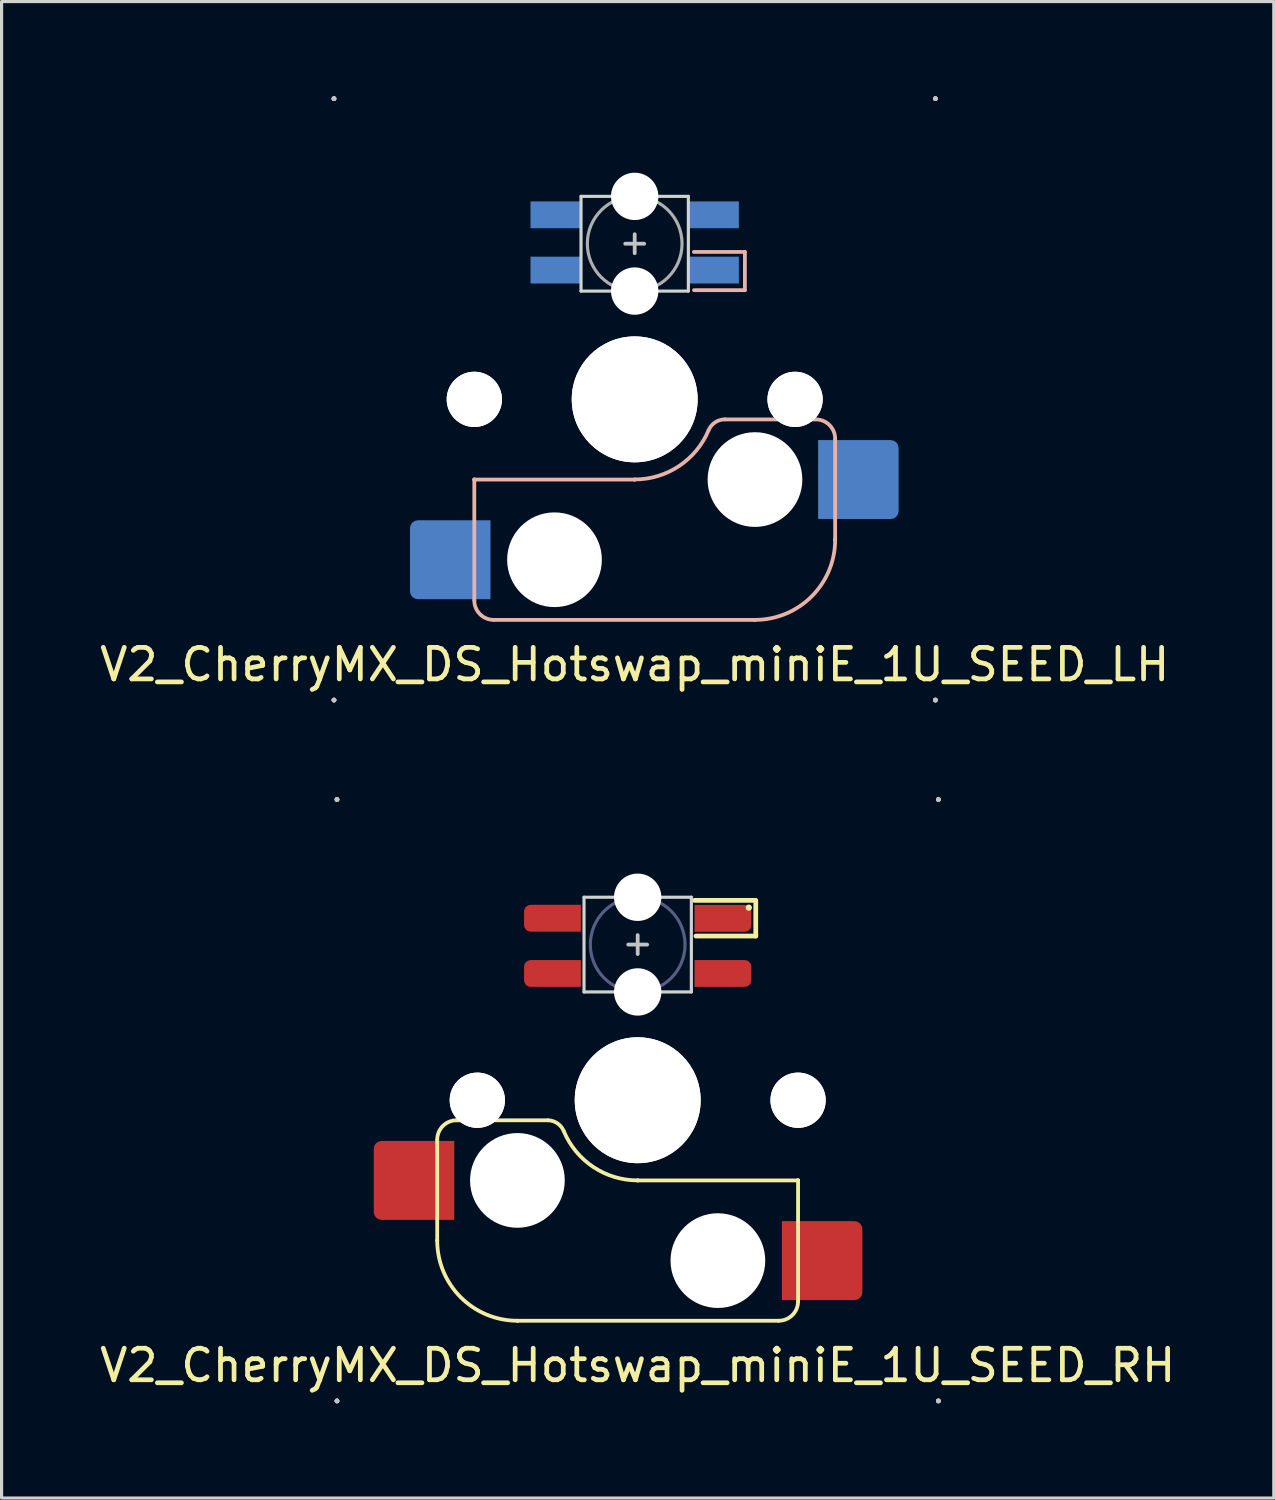
<source format=kicad_pcb>
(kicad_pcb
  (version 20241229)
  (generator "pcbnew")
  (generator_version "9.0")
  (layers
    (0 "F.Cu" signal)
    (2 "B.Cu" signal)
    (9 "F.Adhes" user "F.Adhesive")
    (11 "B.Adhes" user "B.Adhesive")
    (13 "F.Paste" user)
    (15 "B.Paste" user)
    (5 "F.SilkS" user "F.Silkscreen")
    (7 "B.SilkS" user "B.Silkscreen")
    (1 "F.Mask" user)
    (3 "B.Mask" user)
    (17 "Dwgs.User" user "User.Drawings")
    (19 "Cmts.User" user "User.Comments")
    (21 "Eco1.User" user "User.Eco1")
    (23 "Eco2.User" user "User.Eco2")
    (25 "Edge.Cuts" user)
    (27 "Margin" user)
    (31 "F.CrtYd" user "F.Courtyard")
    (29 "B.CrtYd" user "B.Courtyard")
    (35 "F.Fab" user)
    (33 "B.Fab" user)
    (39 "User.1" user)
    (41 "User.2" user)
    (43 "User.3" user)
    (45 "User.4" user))
  (footprint "V2_CherryMX_DS_Hotswap_miniE_1U_SEED_RH"
    (layer "F.Cu")
    (at 17.149 31.8)
    (property "Reference" "V2_CherryMX_DS_Hotswap_miniE_1U_SEED_RH" (at 0 8.4 180) (layer "F.SilkS") (effects (font (size 1 1) (thickness 0.15))))
    (attr through_hole)
    (fp_line (start -6.35 4.445) (end -6.35 1.26) (stroke (width 0.12) (type solid)) (layer "F.SilkS"))
    (fp_line (start -6.35 4.445) (end -6.35 4.445) (stroke (width 0.12) (type solid)) (layer "F.SilkS"))
    (fp_line (start -5.73 0.635) (end -2.84 0.635) (stroke (width 0.12) (type solid)) (layer "F.SilkS"))
    (fp_line (start -3.81 6.985) (end -3.81 6.985) (stroke (width 0.12) (type solid)) (layer "F.SilkS"))
    (fp_line (start -3.81 6.985) (end 4.46 6.985) (stroke (width 0.12) (type solid)) (layer "F.SilkS"))
    (fp_line (start 0 2.54) (end 0 2.54) (stroke (width 0.12) (type solid)) (layer "F.SilkS"))
    (fp_line (start 0 2.54) (end 5.08 2.54) (stroke (width 0.12) (type solid)) (layer "F.SilkS"))
    (fp_line (start 1.8 -6.33) (end 3.724 -6.33) (stroke (width 0.15) (type solid)) (layer "F.SilkS"))
    (fp_line (start 3.74 -6.33) (end 3.74 -5.2) (stroke (width 0.15) (type solid)) (layer "F.SilkS"))
    (fp_line (start 3.74 -5.2) (end 1.846 -5.2) (stroke (width 0.15) (type solid)) (layer "F.SilkS"))
    (fp_line (start 5.08 2.54) (end 5.08 2.54) (stroke (width 0.12) (type solid)) (layer "F.SilkS"))
    (fp_line (start 5.08 2.54) (end 5.08 2.54) (stroke (width 0.12) (type solid)) (layer "F.SilkS"))
    (fp_line (start 5.08 6.37) (end 5.08 2.54) (stroke (width 0.12) (type solid)) (layer "F.SilkS"))
    (fp_arc (start -6.35 1.25) (mid -6.169871 0.815129) (end -5.735 0.635) (stroke (width 0.12) (type default)) (layer "F.SilkS"))
    (fp_arc (start -3.81 6.985) (mid -5.606051 6.241051) (end -6.35 4.445) (stroke (width 0.12) (type solid)) (layer "F.SilkS"))
    (fp_arc (start -2.840072 0.635) (mid -2.539136 0.734324) (end -2.34 0.980845) (stroke (width 0.12) (type default)) (layer "F.SilkS"))
    (fp_arc (start 0 2.54) (mid -1.405313 2.115202) (end -2.34 0.983072) (stroke (width 0.12) (type solid)) (layer "F.SilkS"))
    (fp_arc (start 5.080129 6.37) (mid 4.9 6.804871) (end 4.465129 6.985) (stroke (width 0.12) (type default)) (layer "F.SilkS"))
    (fp_circle (center 3.52 -6.1) (end 3.62 -6.1) (stroke (width 0) (type solid)) (fill yes) (layer "F.SilkS"))
    (fp_line (start -9.525 -9.525) (end -9.525 -9.525) (stroke (width 0.15) (type solid)) (layer "Dwgs.User"))
    (fp_line (start -9.525 -9.525) (end -9.525 -9.525) (stroke (width 0.15) (type solid)) (layer "Dwgs.User"))
    (fp_line (start -9.525 -9.525) (end -9.525 -9.525) (stroke (width 0.15) (type solid)) (layer "Dwgs.User"))
    (fp_line (start -9.525 -9.525) (end -9.525 -9.525) (stroke (width 0.15) (type solid)) (layer "Dwgs.User"))
    (fp_line (start -9.525 9.525) (end -9.525 9.525) (stroke (width 0.15) (type solid)) (layer "Dwgs.User"))
    (fp_line (start -9.525 9.525) (end -9.525 9.525) (stroke (width 0.15) (type solid)) (layer "Dwgs.User"))
    (fp_line (start -9.525 9.525) (end -9.525 9.525) (stroke (width 0.15) (type solid)) (layer "Dwgs.User"))
    (fp_line (start -9.525 9.525) (end -9.525 9.525) (stroke (width 0.15) (type solid)) (layer "Dwgs.User"))
    (fp_line (start -0.3 -4.93) (end 0.3 -4.93) (stroke (width 0.12) (type solid)) (layer "Dwgs.User"))
    (fp_line (start 0 -5.23) (end 0 -4.63) (stroke (width 0.12) (type solid)) (layer "Dwgs.User"))
    (fp_line (start 9.525 -9.525) (end 9.525 -9.525) (stroke (width 0.15) (type solid)) (layer "Dwgs.User"))
    (fp_line (start 9.525 -9.525) (end 9.525 -9.525) (stroke (width 0.15) (type solid)) (layer "Dwgs.User"))
    (fp_line (start 9.525 -9.525) (end 9.525 -9.525) (stroke (width 0.15) (type solid)) (layer "Dwgs.User"))
    (fp_line (start 9.525 -9.525) (end 9.525 -9.525) (stroke (width 0.15) (type solid)) (layer "Dwgs.User"))
    (fp_line (start 9.525 9.525) (end 9.525 9.525) (stroke (width 0.15) (type solid)) (layer "Dwgs.User"))
    (fp_line (start 9.525 9.525) (end 9.525 9.525) (stroke (width 0.15) (type solid)) (layer "Dwgs.User"))
    (fp_line (start 9.525 9.525) (end 9.525 9.525) (stroke (width 0.15) (type solid)) (layer "Dwgs.User"))
    (fp_line (start 9.525 9.525) (end 9.525 9.525) (stroke (width 0.15) (type solid)) (layer "Dwgs.User"))
    (fp_line (start -1.7 -3.43) (end -1.7 -6.43) (stroke (width 0.1) (type solid)) (layer "Edge.Cuts"))
    (fp_line (start 1.7 -6.43) (end -1.7 -6.43) (stroke (width 0.1) (type solid)) (layer "Edge.Cuts"))
    (fp_line (start 1.7 -6.43) (end 1.7 -3.43) (stroke (width 0.1) (type solid)) (layer "Edge.Cuts"))
    (fp_line (start 1.7 -3.43) (end -1.7 -3.43) (stroke (width 0.1) (type solid)) (layer "Edge.Cuts"))
    (fp_circle (center 0 -4.93) (end 0 -3.43) (stroke (width 0.1) (type solid)) (fill no) (layer "B.Fab"))
    (fp_line (start -9.525 9.525) (end -9.525 -9.525) (stroke (width 0.15) (type solid)) (layer "User.2"))
    (fp_line (start 9.525 -9.525) (end -9.525 -9.525) (stroke (width 0.15) (type solid)) (layer "User.2"))
    (fp_line (start 9.525 9.525) (end -9.525 9.525) (stroke (width 0.15) (type solid)) (layer "User.2"))
    (fp_line (start 9.525 9.525) (end 9.525 -9.525) (stroke (width 0.15) (type solid)) (layer "User.2"))
    (pad "" np_thru_hole circle (at -5.08 0 180) (size 1.75 1.75) (drill 1.75) (layers "*.Cu" "*.Mask"))
    (pad "" np_thru_hole circle (at -5.08 0 180) (size 1.75 1.75) (drill 1.75) (layers "*.Cu" "*.Mask"))
    (pad "" np_thru_hole circle (at -3.81 2.54 180) (size 3 3) (drill 3) (layers "*.Cu" "*.Mask"))
    (pad "" smd roundrect (at -2.69 -4.015 180) (size 1.82 0.85) (layers "F.Mask") (roundrect_rratio 0.25) (chamfer_ratio 0) (chamfer top_left bottom_left))
    (pad "" smd roundrect (at -2.69 -5.765 180) (size 1.82 0.84) (layers "F.Mask") (roundrect_rratio 0.25) (chamfer_ratio 0) (chamfer top_left bottom_left))
    (pad "" np_thru_hole circle (at 0 -6.429) (size 1.5 1.5) (drill 1.5) (layers "*.Cu" "*.Mask"))
    (pad "" np_thru_hole circle (at 0 -3.43) (size 1.5 1.5) (drill 1.5) (layers "*.Cu" "*.Mask"))
    (pad "" np_thru_hole circle (at 0 0 180) (size 3.988 3.988) (drill 3.988) (layers "*.Cu" "*.Mask"))
    (pad "" np_thru_hole circle (at 0 0 180) (size 3.988 3.988) (drill 3.988) (layers "*.Cu" "*.Mask"))
    (pad "" smd rect (at 2.47 -5.77) (size 1.38 0.84) (layers "F.Mask"))
    (pad "" np_thru_hole circle (at 2.54 5.08 180) (size 3 3) (drill 3) (layers "*.Cu" "*.Mask"))
    (pad "" smd roundrect (at 2.69 -4.02) (size 1.82 0.84) (layers "F.Mask") (roundrect_rratio 0.25) (chamfer_ratio 0) (chamfer top_left bottom_left))
    (pad "" smd roundrect (at 2.855 -5.77) (size 1.49 0.84) (layers "F.Mask") (roundrect_rratio 0.25) (chamfer_ratio 0.5) (chamfer top_right))
    (pad "" np_thru_hole circle (at 5.08 0 180) (size 1.75 1.75) (drill 1.75) (layers "*.Cu" "*.Mask"))
    (pad "" np_thru_hole circle (at 5.08 0 180) (size 1.75 1.75) (drill 1.75) (layers "*.Cu" "*.Mask"))
    (pad "1" smd custom (at -2.7 -4.015 180) (size 0.85 0.85) (layers "F.Cu") (options (anchor circle)) (primitives (gr_poly (pts (xy 0.9 -0.212) (xy 0.884 -0.294) (xy 0.838 -0.363) (xy 0.769 -0.409) (xy 0.688 -0.425) (xy -0.9 -0.425) (xy -0.9 0.425) (xy 0.688 0.425) (xy 0.769 0.409) (xy 0.838 0.363) (xy 0.884 0.294) (xy 0.9 0.212)) (width 0) (fill yes))))
    (pad "2" smd custom (at -2.7 -5.765) (size 0.85 0.85) (layers "F.Cu") (options (anchor circle)) (primitives (gr_poly (pts (xy 0.9 -0.425) (xy -0.688 -0.425) (xy -0.769 -0.409) (xy -0.838 -0.363) (xy -0.884 -0.294) (xy -0.9 -0.212) (xy -0.9 0.212) (xy -0.884 0.294) (xy -0.838 0.363) (xy -0.769 0.409) (xy -0.688 0.425) (xy 0.9 0.425)) (width 0) (fill yes))))
    (pad "3" smd custom (at 2.7 -5.76) (size 0.85 0.85) (layers "F.Cu") (options (anchor circle)) (primitives (gr_poly (pts (xy -0.9 -0.425) (xy 0.688 -0.425) (xy 0.769 -0.409) (xy 0.838 -0.363) (xy 0.884 -0.294) (xy 0.9 -0.212) (xy 0.9 0.212) (xy 0.884 0.294) (xy 0.838 0.363) (xy 0.769 0.409) (xy 0.688 0.425) (xy -0.9 0.425)) (width 0) (fill yes))))
    (pad "4" smd custom (at 2.7 -4.015 180) (size 0.85 0.85) (layers "F.Cu") (options (anchor circle)) (primitives (gr_poly (pts (xy 0.9 -0.425) (xy -0.688 -0.425) (xy -0.769 -0.409) (xy -0.838 -0.363) (xy -0.884 -0.294) (xy -0.9 -0.212) (xy -0.9 0.212) (xy -0.884 0.294) (xy -0.838 0.363) (xy -0.769 0.409) (xy -0.688 0.425) (xy 0.9 0.425)) (width 0) (fill yes))))
    (pad "5" smd roundrect (at 5.842 5.08 180) (size 2.55 2.5) (layers "F.Cu" "F.Mask" "F.Paste") (roundrect_rratio 0.1) (chamfer_ratio 0) (chamfer top_right bottom_right))
    (pad "6" smd roundrect (at -7.085 2.54 180) (size 2.55 2.5) (layers "F.Cu" "F.Mask" "F.Paste") (roundrect_rratio 0.1) (chamfer_ratio 0) (chamfer top_left bottom_left)))
  (footprint "V2_CherryMX_DS_Hotswap_miniE_1U_SEED_LH"
    (layer "F.Cu")
    (at 17.054 9.6)
    (property "Reference" "V2_CherryMX_DS_Hotswap_miniE_1U_SEED_LH" (at 0 8.4 180) (layer "F.SilkS") (effects (font (size 1 1) (thickness 0.15))))
    (attr through_hole)
    (fp_poly (pts (xy -3.25 -6.22) (xy -1.75 -6.22) (xy -1.75 -5.47) (xy -3.25 -5.47)) (stroke (width 0.1) (type solid)) (fill yes) (layer "B.Mask"))
    (fp_poly (pts (xy -3.25 -4.47) (xy -1.75 -4.47) (xy -1.75 -3.72) (xy -3.25 -3.72)) (stroke (width 0.1) (type solid)) (fill yes) (layer "B.Mask"))
    (fp_poly (pts (xy 1.75 -6.22) (xy 3.25 -6.22) (xy 3.25 -5.47) (xy 1.75 -5.47)) (stroke (width 0.1) (type solid)) (fill yes) (layer "B.Mask"))
    (fp_poly (pts (xy 1.75 -4.47) (xy 3.25 -4.47) (xy 3.25 -4.145) (xy 2.85 -3.72) (xy 1.75 -3.72)) (stroke (width 0.1) (type solid)) (fill yes) (layer "B.Mask"))
    (fp_line (start -5.08 2.54) (end -5.08 2.54) (stroke (width 0.12) (type solid)) (layer "B.SilkS"))
    (fp_line (start -5.08 2.54) (end -5.08 2.54) (stroke (width 0.12) (type solid)) (layer "B.SilkS"))
    (fp_line (start -5.08 6.36) (end -5.08 2.54) (stroke (width 0.12) (type solid)) (layer "B.SilkS"))
    (fp_line (start -4.46 6.985) (end 3.81 6.985) (stroke (width 0.12) (type solid)) (layer "B.SilkS"))
    (fp_line (start 0 2.54) (end -5.08 2.54) (stroke (width 0.12) (type solid)) (layer "B.SilkS"))
    (fp_line (start 0 2.54) (end 0 2.54) (stroke (width 0.12) (type solid)) (layer "B.SilkS"))
    (fp_line (start 1.874 -4.67) (end 3.486 -4.67) (stroke (width 0.12) (type solid)) (layer "B.SilkS"))
    (fp_line (start 1.88 -3.459) (end 3.491 -3.459) (stroke (width 0.12) (type solid)) (layer "B.SilkS"))
    (fp_line (start 2.86 0.635) (end 5.72 0.635) (stroke (width 0.12) (type solid)) (layer "B.SilkS"))
    (fp_line (start 3.491 -3.459) (end 3.491 -4.67) (stroke (width 0.12) (type solid)) (layer "B.SilkS"))
    (fp_line (start 3.81 6.985) (end 3.81 6.985) (stroke (width 0.12) (type solid)) (layer "B.SilkS"))
    (fp_line (start 6.35 1.25) (end 6.35 4.445) (stroke (width 0.12) (type solid)) (layer "B.SilkS"))
    (fp_line (start 6.35 4.445) (end 6.35 4.445) (stroke (width 0.12) (type solid)) (layer "B.SilkS"))
    (fp_arc (start -4.465 6.985) (mid -4.899871 6.804871) (end -5.08 6.37) (stroke (width 0.12) (type default)) (layer "B.SilkS"))
    (fp_arc (start 2.34 0.98) (mid 1.405313 2.11213) (end 0 2.536928) (stroke (width 0.12) (type solid)) (layer "B.SilkS"))
    (fp_arc (start 2.34 0.98) (mid 2.547382 0.727885) (end 2.859999 0.633863) (stroke (width 0.12) (type default)) (layer "B.SilkS"))
    (fp_arc (start 5.735129 0.635) (mid 6.17 0.815129) (end 6.350129 1.25) (stroke (width 0.12) (type default)) (layer "B.SilkS"))
    (fp_arc (start 6.35 4.445) (mid 5.606051 6.241051) (end 3.81 6.985) (stroke (width 0.12) (type solid)) (layer "B.SilkS"))
    (fp_line (start -9.525 -9.525) (end -9.525 -9.525) (stroke (width 0.15) (type solid)) (layer "Dwgs.User"))
    (fp_line (start -9.525 -9.525) (end -9.525 -9.525) (stroke (width 0.15) (type solid)) (layer "Dwgs.User"))
    (fp_line (start -9.525 -9.525) (end -9.525 -9.525) (stroke (width 0.15) (type solid)) (layer "Dwgs.User"))
    (fp_line (start -9.525 -9.525) (end -9.525 -9.525) (stroke (width 0.15) (type solid)) (layer "Dwgs.User"))
    (fp_line (start -9.525 9.525) (end -9.525 9.525) (stroke (width 0.15) (type solid)) (layer "Dwgs.User"))
    (fp_line (start -9.525 9.525) (end -9.525 9.525) (stroke (width 0.15) (type solid)) (layer "Dwgs.User"))
    (fp_line (start -9.525 9.525) (end -9.525 9.525) (stroke (width 0.15) (type solid)) (layer "Dwgs.User"))
    (fp_line (start -9.525 9.525) (end -9.525 9.525) (stroke (width 0.15) (type solid)) (layer "Dwgs.User"))
    (fp_line (start -0.3 -4.93) (end 0.3 -4.93) (stroke (width 0.12) (type solid)) (layer "Dwgs.User"))
    (fp_line (start 0 -4.63) (end 0 -5.23) (stroke (width 0.12) (type solid)) (layer "Dwgs.User"))
    (fp_line (start 9.525 -9.525) (end 9.525 -9.525) (stroke (width 0.15) (type solid)) (layer "Dwgs.User"))
    (fp_line (start 9.525 -9.525) (end 9.525 -9.525) (stroke (width 0.15) (type solid)) (layer "Dwgs.User"))
    (fp_line (start 9.525 -9.525) (end 9.525 -9.525) (stroke (width 0.15) (type solid)) (layer "Dwgs.User"))
    (fp_line (start 9.525 -9.525) (end 9.525 -9.525) (stroke (width 0.15) (type solid)) (layer "Dwgs.User"))
    (fp_line (start 9.525 9.525) (end 9.525 9.525) (stroke (width 0.15) (type solid)) (layer "Dwgs.User"))
    (fp_line (start 9.525 9.525) (end 9.525 9.525) (stroke (width 0.15) (type solid)) (layer "Dwgs.User"))
    (fp_line (start 9.525 9.525) (end 9.525 9.525) (stroke (width 0.15) (type solid)) (layer "Dwgs.User"))
    (fp_line (start 9.525 9.525) (end 9.525 9.525) (stroke (width 0.15) (type solid)) (layer "Dwgs.User"))
    (fp_line (start -1.7 -6.43) (end -1.7 -3.43) (stroke (width 0.1) (type solid)) (layer "Edge.Cuts"))
    (fp_line (start 1.7 -6.43) (end -1.7 -6.43) (stroke (width 0.1) (type solid)) (layer "Edge.Cuts"))
    (fp_line (start 1.7 -3.43) (end -1.7 -3.43) (stroke (width 0.1) (type solid)) (layer "Edge.Cuts"))
    (fp_line (start 1.7 -3.43) (end 1.7 -6.43) (stroke (width 0.1) (type solid)) (layer "Edge.Cuts"))
    (fp_circle (center 0 -4.93) (end 0 -6.43) (stroke (width 0.1) (type solid)) (fill no) (layer "F.Fab"))
    (fp_line (start -9.525 9.525) (end -9.525 -9.525) (stroke (width 0.15) (type solid)) (layer "User.2"))
    (fp_line (start 9.525 -9.525) (end -9.525 -9.525) (stroke (width 0.15) (type solid)) (layer "User.2"))
    (fp_line (start 9.525 9.525) (end -9.525 9.525) (stroke (width 0.15) (type solid)) (layer "User.2"))
    (fp_line (start 9.525 9.525) (end 9.525 -9.525) (stroke (width 0.15) (type solid)) (layer "User.2"))
    (pad "" np_thru_hole circle (at -5.08 0 180) (size 1.75 1.75) (drill 1.75) (layers "*.Cu" "*.Mask"))
    (pad "" np_thru_hole circle (at -5.08 0 180) (size 1.75 1.75) (drill 1.75) (layers "*.Cu" "*.Mask"))
    (pad "" np_thru_hole circle (at -2.54 5.08 180) (size 3 3) (drill 3) (layers "*.Cu" "*.Mask"))
    (pad "" np_thru_hole circle (at 0 -6.43 180) (size 1.5 1.5) (drill 1.5) (layers "*.Cu" "*.Mask"))
    (pad "" np_thru_hole circle (at 0 -3.43 180) (size 1.5 1.5) (drill 1.5) (layers "*.Cu" "*.Mask"))
    (pad "" np_thru_hole circle (at 0 0 180) (size 3.988 3.988) (drill 3.988) (layers "*.Cu" "*.Mask"))
    (pad "" np_thru_hole circle (at 0 0 180) (size 3.988 3.988) (drill 3.988) (layers "*.Cu" "*.Mask"))
    (pad "" np_thru_hole circle (at 3.81 2.54 180) (size 3 3) (drill 3) (layers "*.Cu" "*.Mask"))
    (pad "" np_thru_hole circle (at 5.08 0 180) (size 1.75 1.75) (drill 1.75) (layers "*.Cu" "*.Mask"))
    (pad "" np_thru_hole circle (at 5.08 0 180) (size 1.75 1.75) (drill 1.75) (layers "*.Cu" "*.Mask"))
    (pad "1" smd rect (at -2.5 -5.845) (size 1.6 0.85) (layers "B.Cu"))
    (pad "2" smd rect (at -2.5 -4.095 180) (size 1.6 0.85) (layers "B.Cu"))
    (pad "3" smd rect (at 2.5 -4.095 180) (size 1.6 0.85) (layers "B.Cu"))
    (pad "4" smd rect (at 2.5 -5.845) (size 1.6 0.85) (layers "B.Cu"))
    (pad "5" smd roundrect (at 7.085 2.54 180) (size 2.55 2.5) (layers "B.Cu" "B.Mask" "B.Paste") (roundrect_rratio 0.1) (chamfer_ratio 0) (chamfer top_right bottom_right))
    (pad "6" smd roundrect (at -5.842 5.08 180) (size 2.55 2.5) (layers "B.Cu" "B.Mask" "B.Paste") (roundrect_rratio 0.1) (chamfer_ratio 0) (chamfer top_left bottom_left)))
  (gr_rect
    (start -3 -3)
    (end 37.298 44.4)
    (stroke (width 0.1) (type default))
    (fill no)
    (layer "Edge.Cuts")))
</source>
